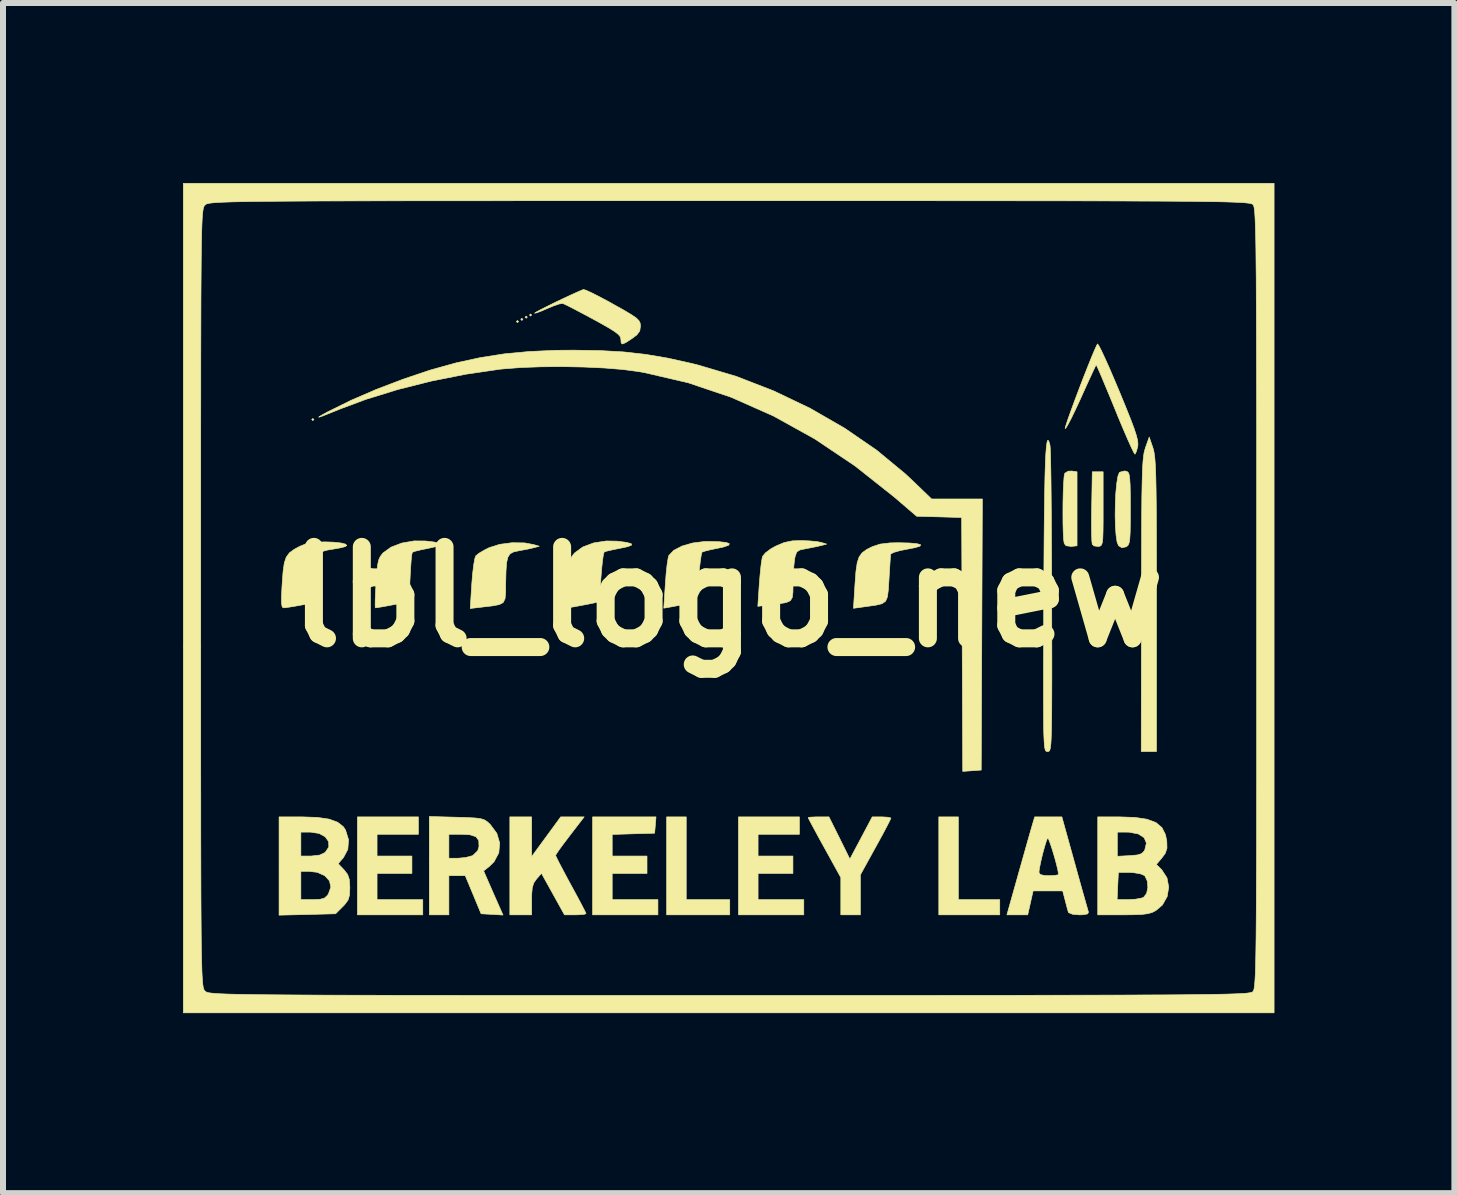
<source format=kicad_pcb>
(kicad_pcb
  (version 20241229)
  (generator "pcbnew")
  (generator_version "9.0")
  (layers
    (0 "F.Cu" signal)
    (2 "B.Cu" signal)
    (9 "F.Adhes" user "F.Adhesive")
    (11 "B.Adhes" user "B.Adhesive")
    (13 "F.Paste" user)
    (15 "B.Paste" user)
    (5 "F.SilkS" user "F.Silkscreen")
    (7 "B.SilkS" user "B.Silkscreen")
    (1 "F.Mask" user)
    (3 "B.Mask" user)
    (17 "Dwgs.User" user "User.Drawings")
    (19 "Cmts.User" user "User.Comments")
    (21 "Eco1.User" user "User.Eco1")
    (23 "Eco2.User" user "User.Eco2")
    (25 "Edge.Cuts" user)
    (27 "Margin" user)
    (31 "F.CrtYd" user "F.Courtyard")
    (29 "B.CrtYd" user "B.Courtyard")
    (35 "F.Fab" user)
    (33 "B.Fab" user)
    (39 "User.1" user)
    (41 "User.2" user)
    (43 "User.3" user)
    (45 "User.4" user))
  (footprint "lbl_logo_new"
    (layer "F.Cu")
    (at 9.076 6.899)
    (property "Reference" "lbl_logo_new" (at 0 0 0) (layer "F.SilkS") (effects (font (size 1.524 1.524) (thickness 0.3))))
    (attr smd)
    (fp_poly (pts (xy -6.894 -2.957) (xy -6.912 -2.939) (xy -6.931 -2.957) (xy -6.912 -2.975)) (stroke (width 0.01) (type solid)) (fill yes) (layer "F.SilkS"))
    (fp_poly (pts (xy -3.483 -4.59) (xy -3.502 -4.572) (xy -3.52 -4.59) (xy -3.502 -4.608)) (stroke (width 0.01) (type solid)) (fill yes) (layer "F.SilkS"))
    (fp_poly (pts (xy -3.411 -4.626) (xy -3.429 -4.608) (xy -3.447 -4.626) (xy -3.429 -4.645)) (stroke (width 0.01) (type solid)) (fill yes) (layer "F.SilkS"))
    (fp_poly (pts (xy -3.338 -4.663) (xy -3.356 -4.645) (xy -3.375 -4.663) (xy -3.356 -4.681)) (stroke (width 0.01) (type solid)) (fill yes) (layer "F.SilkS"))
    (fp_poly (pts (xy -3.266 -4.699) (xy -3.284 -4.681) (xy -3.302 -4.699) (xy -3.284 -4.717)) (stroke (width 0.01) (type solid)) (fill yes) (layer "F.SilkS"))
    (fp_poly (pts (xy -0.689 5.044) (xy 0.036 5.044) (xy 0.036 5.298) (xy -1.016 5.298) (xy -1.016 3.665) (xy -0.689 3.665)) (stroke (width 0.01) (type solid)) (fill yes) (layer "F.SilkS"))
    (fp_poly (pts (xy 3.846 5.044) (xy 4.536 5.044) (xy 4.536 5.298) (xy 3.52 5.298) (xy 3.52 3.665) (xy 3.846 3.665)) (stroke (width 0.01) (type solid)) (fill yes) (layer "F.SilkS"))
    (fp_poly (pts (xy -5.153 3.955) (xy -5.842 3.955) (xy -5.842 4.318) (xy -5.261 4.318) (xy -5.261 4.608) (xy -5.842 4.608) (xy -5.842 5.044) (xy -5.08 5.044) (xy -5.08 5.298) (xy -6.169 5.298) (xy -6.169 3.665) (xy -5.153 3.665)) (stroke (width 0.01) (type solid)) (fill yes) (layer "F.SilkS"))
    (fp_poly (pts (xy 1.197 3.955) (xy 0.508 3.955) (xy 0.508 4.318) (xy 1.089 4.318) (xy 1.089 4.608) (xy 0.508 4.608) (xy 0.508 5.044) (xy 1.27 5.044) (xy 1.27 5.298) (xy 0.181 5.298) (xy 0.181 3.665) (xy 1.197 3.665)) (stroke (width 0.01) (type solid)) (fill yes) (layer "F.SilkS"))
    (fp_poly (pts (xy -1.204 3.801) (xy -1.216 3.937) (xy -1.569 3.947) (xy -1.923 3.958) (xy -1.923 4.318) (xy -1.343 4.318) (xy -1.343 4.608) (xy -1.923 4.608) (xy -1.923 5.044) (xy -1.161 5.044) (xy -1.161 5.298) (xy -2.25 5.298) (xy -2.25 3.665) (xy -1.193 3.665)) (stroke (width 0.01) (type solid)) (fill yes) (layer "F.SilkS"))
    (fp_poly (pts (xy 5.824 -2.086) (xy 5.824 -0.853) (xy 5.729 -0.842) (xy 5.641 -0.854) (xy 5.611 -0.89) (xy 5.601 -0.952) (xy 5.594 -1.069) (xy 5.59 -1.223) (xy 5.589 -1.4) (xy 5.59 -1.584) (xy 5.594 -1.757) (xy 5.601 -1.906) (xy 5.609 -2.013) (xy 5.62 -2.062) (xy 5.676 -2.096) (xy 5.737 -2.099)) (stroke (width 0.01) (type solid)) (fill yes) (layer "F.SilkS"))
    (fp_poly (pts (xy 6.259 -1.47) (xy 6.259 -1.245) (xy 6.257 -1.083) (xy 6.253 -0.972) (xy 6.244 -0.903) (xy 6.23 -0.865) (xy 6.21 -0.848) (xy 6.181 -0.842) (xy 6.177 -0.841) (xy 6.106 -0.851) (xy 6.077 -0.879) (xy 6.071 -0.931) (xy 6.067 -1.041) (xy 6.065 -1.197) (xy 6.066 -1.385) (xy 6.068 -1.507) (xy 6.078 -2.086) (xy 6.259 -2.086)) (stroke (width 0.01) (type solid)) (fill yes) (layer "F.SilkS"))
    (fp_poly (pts (xy 1.864 4.016) (xy 2.038 4.368) (xy 2.225 4.016) (xy 2.411 3.665) (xy 2.566 3.665) (xy 2.661 3.67) (xy 2.716 3.681) (xy 2.721 3.687) (xy 2.705 3.725) (xy 2.659 3.815) (xy 2.591 3.944) (xy 2.505 4.101) (xy 2.467 4.17) (xy 2.213 4.631) (xy 2.213 5.298) (xy 1.887 5.298) (xy 1.887 4.676) (xy 1.615 4.183) (xy 1.521 4.013) (xy 1.442 3.866) (xy 1.382 3.755) (xy 1.348 3.69) (xy 1.343 3.677) (xy 1.375 3.67) (xy 1.458 3.666) (xy 1.516 3.665) (xy 1.689 3.665)) (stroke (width 0.01) (type solid)) (fill yes) (layer "F.SilkS"))
    (fp_poly (pts (xy 6.653 -2.093) (xy 6.676 -2.077) (xy 6.692 -2.04) (xy 6.702 -1.972) (xy 6.709 -1.863) (xy 6.712 -1.702) (xy 6.713 -1.48) (xy 6.713 -1.472) (xy 6.712 -1.25) (xy 6.71 -1.089) (xy 6.704 -0.979) (xy 6.694 -0.909) (xy 6.678 -0.867) (xy 6.656 -0.844) (xy 6.643 -0.836) (xy 6.57 -0.82) (xy 6.515 -0.856) (xy 6.491 -0.917) (xy 6.474 -1.032) (xy 6.463 -1.186) (xy 6.459 -1.365) (xy 6.462 -1.552) (xy 6.47 -1.731) (xy 6.485 -1.888) (xy 6.504 -2.008) (xy 6.529 -2.073) (xy 6.536 -2.079) (xy 6.615 -2.1)) (stroke (width 0.01) (type solid)) (fill yes) (layer "F.SilkS"))
    (fp_poly (pts (xy -3.383 -0.901) (xy -3.229 -0.872) (xy -3.139 -0.845) (xy -3.229 -0.821) (xy -3.323 -0.799) (xy -3.445 -0.776) (xy -3.482 -0.769) (xy -3.566 -0.751) (xy -3.624 -0.72) (xy -3.661 -0.664) (xy -3.683 -0.572) (xy -3.693 -0.431) (xy -3.698 -0.231) (xy -3.699 -0.073) (xy -3.709 0.03) (xy -3.74 0.093) (xy -3.804 0.127) (xy -3.914 0.148) (xy -4.078 0.167) (xy -4.289 0.192) (xy -4.263 -0.221) (xy -4.249 -0.391) (xy -4.231 -0.537) (xy -4.212 -0.642) (xy -4.196 -0.686) (xy -4.141 -0.73) (xy -4.045 -0.786) (xy -3.973 -0.822) (xy -3.799 -0.877) (xy -3.591 -0.904)) (stroke (width 0.01) (type solid)) (fill yes) (layer "F.SilkS"))
    (fp_poly (pts (xy -0.144 -0.921) (xy -0.024 -0.908) (xy 0.03 -0.888) (xy 0.018 -0.863) (xy -0.063 -0.834) (xy -0.159 -0.813) (xy -0.285 -0.787) (xy -0.381 -0.763) (xy -0.426 -0.747) (xy -0.427 -0.746) (xy -0.438 -0.705) (xy -0.453 -0.606) (xy -0.47 -0.466) (xy -0.486 -0.32) (xy -0.526 0.088) (xy -0.653 0.112) (xy -0.78 0.136) (xy -0.914 0.16) (xy -0.922 0.162) (xy -1.063 0.187) (xy -1.037 -0.222) (xy -1.024 -0.392) (xy -1.008 -0.54) (xy -0.991 -0.647) (xy -0.978 -0.693) (xy -0.897 -0.777) (xy -0.76 -0.848) (xy -0.585 -0.899) (xy -0.388 -0.924) (xy -0.327 -0.925)) (stroke (width 0.01) (type solid)) (fill yes) (layer "F.SilkS"))
    (fp_poly (pts (xy 7.088 -2.487) (xy 7.1 -2.446) (xy 7.11 -2.395) (xy 7.119 -2.329) (xy 7.126 -2.243) (xy 7.132 -2.13) (xy 7.137 -1.986) (xy 7.141 -1.805) (xy 7.144 -1.581) (xy 7.146 -1.31) (xy 7.147 -0.986) (xy 7.148 -0.603) (xy 7.148 -0.156) (xy 7.148 0.133) (xy 7.148 2.576) (xy 6.894 2.576) (xy 6.897 0.136) (xy 6.898 -0.348) (xy 6.899 -0.766) (xy 6.9 -1.121) (xy 6.902 -1.421) (xy 6.904 -1.67) (xy 6.908 -1.873) (xy 6.912 -2.037) (xy 6.917 -2.166) (xy 6.924 -2.267) (xy 6.932 -2.344) (xy 6.941 -2.404) (xy 6.953 -2.45) (xy 6.963 -2.485) (xy 7.027 -2.665)) (stroke (width 0.01) (type solid)) (fill yes) (layer "F.SilkS"))
    (fp_poly (pts (xy 3.037 -0.899) (xy 3.161 -0.887) (xy 3.218 -0.87) (xy 3.207 -0.847) (xy 3.126 -0.822) (xy 3.003 -0.798) (xy 2.87 -0.772) (xy 2.77 -0.743) (xy 2.72 -0.717) (xy 2.717 -0.712) (xy 2.713 -0.66) (xy 2.706 -0.554) (xy 2.697 -0.409) (xy 2.69 -0.293) (xy 2.679 -0.118) (xy 2.664 -0.001) (xy 2.633 0.071) (xy 2.572 0.113) (xy 2.47 0.137) (xy 2.315 0.159) (xy 2.285 0.163) (xy 2.098 0.189) (xy 2.124 -0.223) (xy 2.139 -0.425) (xy 2.16 -0.569) (xy 2.193 -0.669) (xy 2.245 -0.739) (xy 2.323 -0.794) (xy 2.413 -0.839) (xy 2.541 -0.881) (xy 2.707 -0.901) (xy 2.848 -0.904)) (stroke (width 0.01) (type solid)) (fill yes) (layer "F.SilkS"))
    (fp_poly (pts (xy -3.266 4.327) (xy -3.023 3.996) (xy -2.781 3.665) (xy -2.39 3.665) (xy -2.628 3.974) (xy -2.725 4.102) (xy -2.804 4.209) (xy -2.853 4.282) (xy -2.867 4.307) (xy -2.85 4.345) (xy -2.805 4.435) (xy -2.736 4.565) (xy -2.652 4.723) (xy -2.613 4.795) (xy -2.523 4.96) (xy -2.447 5.102) (xy -2.391 5.21) (xy -2.362 5.27) (xy -2.359 5.278) (xy -2.391 5.289) (xy -2.475 5.296) (xy -2.538 5.298) (xy -2.718 5.298) (xy -2.91 4.952) (xy -3.102 4.606) (xy -3.184 4.7) (xy -3.23 4.765) (xy -3.255 4.844) (xy -3.265 4.96) (xy -3.266 5.046) (xy -3.266 5.298) (xy -3.629 5.298) (xy -3.629 3.665) (xy -3.266 3.665)) (stroke (width 0.01) (type solid)) (fill yes) (layer "F.SilkS"))
    (fp_poly (pts (xy 1.371 -0.934) (xy 1.493 -0.922) (xy 1.56 -0.909) (xy 1.651 -0.881) (xy 1.56 -0.857) (xy 1.467 -0.836) (xy 1.345 -0.812) (xy 1.307 -0.805) (xy 1.206 -0.784) (xy 1.154 -0.751) (xy 1.128 -0.684) (xy 1.118 -0.634) (xy 1.105 -0.524) (xy 1.095 -0.374) (xy 1.091 -0.216) (xy 1.091 -0.213) (xy 1.089 -0.079) (xy 1.078 0.009) (xy 1.046 0.062) (xy 0.978 0.093) (xy 0.863 0.113) (xy 0.713 0.131) (xy 0.504 0.156) (xy 0.529 -0.222) (xy 0.543 -0.388) (xy 0.558 -0.533) (xy 0.574 -0.638) (xy 0.583 -0.676) (xy 0.63 -0.734) (xy 0.721 -0.802) (xy 0.803 -0.848) (xy 0.943 -0.907) (xy 1.079 -0.935) (xy 1.232 -0.94)) (stroke (width 0.01) (type solid)) (fill yes) (layer "F.SilkS"))
    (fp_poly (pts (xy -6.709 -0.918) (xy -6.567 -0.913) (xy -6.446 -0.9) (xy -6.372 -0.882) (xy -6.368 -0.88) (xy -6.346 -0.859) (xy -6.373 -0.839) (xy -6.456 -0.818) (xy -6.558 -0.8) (xy -6.671 -0.781) (xy -6.75 -0.759) (xy -6.802 -0.723) (xy -6.834 -0.661) (xy -6.853 -0.56) (xy -6.867 -0.409) (xy -6.878 -0.25) (xy -6.903 0.098) (xy -7.13 0.14) (xy -7.256 0.162) (xy -7.356 0.177) (xy -7.403 0.181) (xy -7.423 0.166) (xy -7.433 0.113) (xy -7.435 0.013) (xy -7.428 -0.145) (xy -7.423 -0.227) (xy -7.408 -0.425) (xy -7.388 -0.566) (xy -7.355 -0.664) (xy -7.303 -0.735) (xy -7.224 -0.793) (xy -7.13 -0.844) (xy -7.019 -0.889) (xy -6.887 -0.912) (xy -6.71 -0.918)) (stroke (width 0.01) (type solid)) (fill yes) (layer "F.SilkS"))
    (fp_poly (pts (xy -5.04 -0.933) (xy -4.885 -0.915) (xy -4.802 -0.893) (xy -4.791 -0.868) (xy -4.853 -0.841) (xy -4.986 -0.811) (xy -5.112 -0.785) (xy -5.208 -0.762) (xy -5.254 -0.745) (xy -5.254 -0.745) (xy -5.264 -0.703) (xy -5.274 -0.604) (xy -5.284 -0.463) (xy -5.291 -0.327) (xy -5.3 -0.147) (xy -5.311 -0.027) (xy -5.327 0.044) (xy -5.349 0.079) (xy -5.366 0.088) (xy -5.424 0.101) (xy -5.525 0.121) (xy -5.645 0.144) (xy -5.758 0.164) (xy -5.842 0.178) (xy -5.87 0.181) (xy -5.874 0.148) (xy -5.873 0.056) (xy -5.867 -0.079) (xy -5.859 -0.227) (xy -5.847 -0.408) (xy -5.833 -0.532) (xy -5.815 -0.616) (xy -5.788 -0.675) (xy -5.749 -0.726) (xy -5.739 -0.736) (xy -5.609 -0.83) (xy -5.431 -0.898) (xy -5.226 -0.934)) (stroke (width 0.01) (type solid)) (fill yes) (layer "F.SilkS"))
    (fp_poly (pts (xy -4.52 3.671) (xy -4.331 3.677) (xy -4.201 3.684) (xy -4.113 3.696) (xy -4.053 3.715) (xy -4.005 3.746) (xy -3.957 3.79) (xy -3.846 3.939) (xy -3.798 4.102) (xy -3.813 4.264) (xy -3.891 4.412) (xy -3.97 4.49) (xy -4.066 4.566) (xy -3.905 4.934) (xy -3.743 5.301) (xy -3.925 5.29) (xy -4.108 5.28) (xy -4.24 4.962) (xy -4.372 4.645) (xy -4.508 4.645) (xy -4.645 4.645) (xy -4.645 5.298) (xy -4.971 5.298) (xy -4.971 3.955) (xy -4.645 3.955) (xy -4.645 4.354) (xy -4.49 4.354) (xy -4.369 4.343) (xy -4.263 4.315) (xy -4.245 4.308) (xy -4.164 4.229) (xy -4.143 4.161) (xy -4.147 4.059) (xy -4.195 3.995) (xy -4.295 3.963) (xy -4.431 3.955) (xy -4.645 3.955) (xy -4.971 3.955) (xy -4.971 3.659)) (stroke (width 0.01) (type solid)) (fill yes) (layer "F.SilkS"))
    (fp_poly (pts (xy -1.841 -0.93) (xy -1.688 -0.91) (xy -1.607 -0.889) (xy -1.599 -0.865) (xy -1.662 -0.839) (xy -1.793 -0.811) (xy -1.918 -0.786) (xy -2.013 -0.764) (xy -2.057 -0.749) (xy -2.057 -0.749) (xy -2.07 -0.705) (xy -2.084 -0.607) (xy -2.098 -0.476) (xy -2.11 -0.33) (xy -2.119 -0.189) (xy -2.124 -0.072) (xy -2.122 0.002) (xy -2.119 0.014) (xy -2.131 0.066) (xy -2.165 0.085) (xy -2.227 0.1) (xy -2.33 0.121) (xy -2.452 0.144) (xy -2.566 0.165) (xy -2.65 0.178) (xy -2.678 0.181) (xy -2.682 0.148) (xy -2.681 0.056) (xy -2.676 -0.079) (xy -2.667 -0.227) (xy -2.655 -0.408) (xy -2.641 -0.532) (xy -2.623 -0.616) (xy -2.596 -0.675) (xy -2.557 -0.725) (xy -2.546 -0.736) (xy -2.413 -0.833) (xy -2.231 -0.901) (xy -2.022 -0.933)) (stroke (width 0.01) (type solid)) (fill yes) (layer "F.SilkS"))
    (fp_poly (pts (xy -2.357 -5.111) (xy -2.263 -5.068) (xy -2.131 -5.001) (xy -1.972 -4.916) (xy -1.908 -4.88) (xy -1.729 -4.78) (xy -1.605 -4.706) (xy -1.524 -4.651) (xy -1.479 -4.607) (xy -1.458 -4.567) (xy -1.452 -4.522) (xy -1.452 -4.513) (xy -1.464 -4.432) (xy -1.513 -4.367) (xy -1.596 -4.305) (xy -1.696 -4.24) (xy -1.751 -4.216) (xy -1.773 -4.231) (xy -1.778 -4.285) (xy -1.778 -4.295) (xy -1.787 -4.334) (xy -1.82 -4.375) (xy -1.886 -4.426) (xy -1.994 -4.493) (xy -2.154 -4.583) (xy -2.24 -4.63) (xy -2.408 -4.72) (xy -2.556 -4.798) (xy -2.669 -4.856) (xy -2.737 -4.888) (xy -2.748 -4.892) (xy -2.803 -4.884) (xy -2.901 -4.851) (xy -2.999 -4.81) (xy -3.108 -4.763) (xy -3.187 -4.734) (xy -3.217 -4.729) (xy -3.191 -4.748) (xy -3.114 -4.789) (xy -3.001 -4.846) (xy -2.866 -4.913) (xy -2.725 -4.98) (xy -2.592 -5.042) (xy -2.483 -5.091) (xy -2.412 -5.121) (xy -2.401 -5.124)) (stroke (width 0.01) (type solid)) (fill yes) (layer "F.SilkS"))
    (fp_poly (pts (xy 6.185 -4.193) (xy 6.228 -4.11) (xy 6.29 -3.977) (xy 6.368 -3.804) (xy 6.456 -3.598) (xy 6.524 -3.437) (xy 6.633 -3.172) (xy 6.716 -2.965) (xy 6.775 -2.808) (xy 6.813 -2.691) (xy 6.834 -2.607) (xy 6.839 -2.546) (xy 6.836 -2.511) (xy 6.814 -2.427) (xy 6.791 -2.381) (xy 6.79 -2.38) (xy 6.77 -2.408) (xy 6.728 -2.494) (xy 6.667 -2.629) (xy 6.592 -2.803) (xy 6.506 -3.008) (xy 6.46 -3.122) (xy 6.371 -3.339) (xy 6.291 -3.53) (xy 6.225 -3.688) (xy 6.176 -3.801) (xy 6.148 -3.861) (xy 6.143 -3.869) (xy 6.125 -3.834) (xy 6.083 -3.745) (xy 6.021 -3.611) (xy 5.945 -3.444) (xy 5.88 -3.299) (xy 5.797 -3.121) (xy 5.726 -2.974) (xy 5.67 -2.868) (xy 5.635 -2.811) (xy 5.625 -2.808) (xy 5.638 -2.859) (xy 5.673 -2.964) (xy 5.725 -3.11) (xy 5.789 -3.285) (xy 5.861 -3.475) (xy 5.935 -3.668) (xy 6.007 -3.85) (xy 6.071 -4.009) (xy 6.123 -4.131) (xy 6.157 -4.204) (xy 6.165 -4.217)) (stroke (width 0.01) (type solid)) (fill yes) (layer "F.SilkS"))
    (fp_poly (pts (xy 5.785 4.436) (xy 5.848 4.663) (xy 5.905 4.868) (xy 5.954 5.04) (xy 5.99 5.167) (xy 6.011 5.241) (xy 6.015 5.252) (xy 6.001 5.282) (xy 5.926 5.296) (xy 5.863 5.298) (xy 5.749 5.288) (xy 5.686 5.262) (xy 5.679 5.252) (xy 5.661 5.191) (xy 5.635 5.091) (xy 5.625 5.053) (xy 5.585 4.899) (xy 5.092 4.899) (xy 5.002 5.298) (xy 4.655 5.298) (xy 4.826 4.69) (xy 4.854 4.589) (xy 5.189 4.589) (xy 5.209 4.625) (xy 5.277 4.642) (xy 5.352 4.645) (xy 5.45 4.641) (xy 5.508 4.631) (xy 5.515 4.625) (xy 5.506 4.561) (xy 5.482 4.458) (xy 5.449 4.336) (xy 5.412 4.213) (xy 5.377 4.107) (xy 5.349 4.035) (xy 5.334 4.016) (xy 5.313 4.065) (xy 5.283 4.163) (xy 5.249 4.286) (xy 5.219 4.414) (xy 5.197 4.523) (xy 5.189 4.589) (xy 4.854 4.589) (xy 4.887 4.473) (xy 4.946 4.264) (xy 4.998 4.079) (xy 5.039 3.936) (xy 5.057 3.873) (xy 5.118 3.665) (xy 5.571 3.665)) (stroke (width 0.01) (type solid)) (fill yes) (layer "F.SilkS"))
    (fp_poly (pts (xy -6.836 3.674) (xy -6.639 3.703) (xy -6.498 3.755) (xy -6.402 3.831) (xy -6.367 3.885) (xy -6.317 4.047) (xy -6.329 4.206) (xy -6.401 4.342) (xy -6.402 4.343) (xy -6.49 4.445) (xy -6.393 4.547) (xy -6.333 4.624) (xy -6.304 4.709) (xy -6.296 4.834) (xy -6.296 4.846) (xy -6.301 4.97) (xy -6.326 5.053) (xy -6.383 5.129) (xy -6.414 5.161) (xy -6.533 5.28) (xy -7.004 5.292) (xy -7.475 5.303) (xy -7.475 5.044) (xy -7.112 5.044) (xy -6.913 5.044) (xy -6.793 5.039) (xy -6.721 5.02) (xy -6.672 4.977) (xy -6.653 4.95) (xy -6.612 4.836) (xy -6.635 4.731) (xy -6.714 4.645) (xy -6.839 4.589) (xy -6.976 4.573) (xy -7.112 4.572) (xy -7.112 5.044) (xy -7.475 5.044) (xy -7.475 3.919) (xy -7.112 3.919) (xy -7.112 4.318) (xy -6.942 4.318) (xy -6.8 4.302) (xy -6.707 4.258) (xy -6.646 4.168) (xy -6.649 4.077) (xy -6.706 3.997) (xy -6.809 3.941) (xy -6.948 3.919) (xy -7.112 3.919) (xy -7.475 3.919) (xy -7.475 3.665) (xy -7.095 3.665)) (stroke (width 0.01) (type solid)) (fill yes) (layer "F.SilkS"))
    (fp_poly (pts (xy 5.352 -2.6) (xy 5.368 -2.549) (xy 5.374 -2.522) (xy 5.378 -2.468) (xy 5.382 -2.348) (xy 5.386 -2.167) (xy 5.39 -1.933) (xy 5.393 -1.65) (xy 5.396 -1.327) (xy 5.398 -0.967) (xy 5.4 -0.579) (xy 5.402 -0.168) (xy 5.402 0.082) (xy 5.403 0.567) (xy 5.404 0.985) (xy 5.404 1.341) (xy 5.403 1.639) (xy 5.402 1.885) (xy 5.4 2.084) (xy 5.397 2.24) (xy 5.393 2.359) (xy 5.388 2.447) (xy 5.381 2.506) (xy 5.373 2.544) (xy 5.363 2.565) (xy 5.351 2.574) (xy 5.337 2.576) (xy 5.333 2.576) (xy 5.319 2.575) (xy 5.306 2.569) (xy 5.296 2.553) (xy 5.287 2.521) (xy 5.28 2.469) (xy 5.275 2.392) (xy 5.27 2.284) (xy 5.267 2.141) (xy 5.266 1.958) (xy 5.265 1.73) (xy 5.265 1.451) (xy 5.265 1.116) (xy 5.267 0.721) (xy 5.268 0.261) (xy 5.269 0.045) (xy 5.272 -0.495) (xy 5.275 -0.967) (xy 5.279 -1.372) (xy 5.284 -1.713) (xy 5.289 -1.995) (xy 5.296 -2.22) (xy 5.304 -2.391) (xy 5.314 -2.511) (xy 5.325 -2.584) (xy 5.337 -2.613)) (stroke (width 0.01) (type solid)) (fill yes) (layer "F.SilkS"))
    (fp_poly (pts (xy 6.522 3.665) (xy 6.788 3.674) (xy 6.992 3.705) (xy 7.139 3.76) (xy 7.239 3.844) (xy 7.298 3.961) (xy 7.32 4.072) (xy 7.323 4.188) (xy 7.294 4.273) (xy 7.242 4.344) (xy 7.146 4.458) (xy 7.236 4.547) (xy 7.323 4.681) (xy 7.352 4.836) (xy 7.326 4.993) (xy 7.247 5.133) (xy 7.141 5.224) (xy 7.078 5.257) (xy 7.004 5.278) (xy 6.904 5.291) (xy 6.76 5.296) (xy 6.595 5.298) (xy 6.169 5.298) (xy 6.169 5.044) (xy 6.492 5.044) (xy 6.677 5.044) (xy 6.799 5.037) (xy 6.9 5.018) (xy 6.933 5.006) (xy 6.983 4.943) (xy 7.004 4.844) (xy 6.996 4.737) (xy 6.957 4.653) (xy 6.945 4.641) (xy 6.876 4.613) (xy 6.766 4.595) (xy 6.7 4.591) (xy 6.513 4.59) (xy 6.502 4.817) (xy 6.492 5.044) (xy 6.169 5.044) (xy 6.169 3.919) (xy 6.495 3.919) (xy 6.495 4.322) (xy 6.703 4.311) (xy 6.827 4.3) (xy 6.899 4.278) (xy 6.941 4.237) (xy 6.953 4.215) (xy 6.98 4.101) (xy 6.942 4.011) (xy 6.844 3.949) (xy 6.691 3.92) (xy 6.639 3.919) (xy 6.495 3.919) (xy 6.169 3.919) (xy 6.169 3.665)) (stroke (width 0.01) (type solid)) (fill yes) (layer "F.SilkS"))
    (fp_poly (pts (xy -2.121 -4.106) (xy -1.732 -4.084) (xy -1.366 -4.043) (xy -0.999 -3.981) (xy -0.608 -3.894) (xy -0.49 -3.865) (xy 0.143 -3.677) (xy 0.769 -3.434) (xy 1.376 -3.144) (xy 1.952 -2.812) (xy 2.486 -2.445) (xy 2.965 -2.049) (xy 3.085 -1.936) (xy 3.4 -1.633) (xy 4.246 -1.633) (xy 4.227 2.885) (xy 3.919 2.907) (xy 3.91 0.791) (xy 3.901 -1.324) (xy 3.526 -1.335) (xy 3.151 -1.345) (xy 2.782 -1.662) (xy 2.126 -2.182) (xy 1.453 -2.634) (xy 0.764 -3.016) (xy 0.06 -3.328) (xy -0.658 -3.57) (xy -1.389 -3.74) (xy -1.488 -3.757) (xy -1.743 -3.791) (xy -2.051 -3.816) (xy -2.394 -3.832) (xy -2.753 -3.839) (xy -3.11 -3.836) (xy -3.444 -3.824) (xy -3.739 -3.801) (xy -3.792 -3.796) (xy -4.358 -3.713) (xy -4.933 -3.599) (xy -5.497 -3.457) (xy -6.028 -3.293) (xy -6.45 -3.136) (xy -6.633 -3.062) (xy -6.752 -3.015) (xy -6.811 -2.995) (xy -6.813 -3.001) (xy -6.761 -3.032) (xy -6.659 -3.088) (xy -6.658 -3.088) (xy -6.278 -3.276) (xy -5.85 -3.461) (xy -5.4 -3.632) (xy -4.954 -3.782) (xy -4.536 -3.898) (xy -4.518 -3.903) (xy -4.116 -3.99) (xy -3.719 -4.052) (xy -3.304 -4.091) (xy -2.852 -4.111) (xy -2.558 -4.113)) (stroke (width 0.01) (type solid)) (fill yes) (layer "F.SilkS"))
    (fp_poly (pts (xy 9.108 6.931) (xy -9.071 6.931) (xy -9.071 0.018) (xy -8.781 0.018) (xy -8.781 0.822) (xy -8.781 1.557) (xy -8.781 2.225) (xy -8.781 2.83) (xy -8.78 3.376) (xy -8.78 3.864) (xy -8.779 4.3) (xy -8.778 4.684) (xy -8.777 5.022) (xy -8.775 5.316) (xy -8.773 5.568) (xy -8.771 5.783) (xy -8.768 5.964) (xy -8.764 6.113) (xy -8.761 6.234) (xy -8.756 6.33) (xy -8.751 6.404) (xy -8.746 6.459) (xy -8.74 6.499) (xy -8.733 6.527) (xy -8.726 6.546) (xy -8.717 6.558) (xy -8.709 6.568) (xy -8.7 6.576) (xy -8.689 6.583) (xy -8.673 6.589) (xy -8.648 6.596) (xy -8.613 6.601) (xy -8.565 6.606) (xy -8.5 6.611) (xy -8.416 6.615) (xy -8.311 6.619) (xy -8.181 6.622) (xy -8.024 6.625) (xy -7.838 6.628) (xy -7.618 6.63) (xy -7.363 6.632) (xy -7.07 6.634) (xy -6.737 6.636) (xy -6.359 6.637) (xy -5.936 6.638) (xy -5.463 6.639) (xy -4.939 6.639) (xy -4.36 6.64) (xy -3.724 6.64) (xy -3.028 6.64) (xy -2.269 6.64) (xy -1.445 6.64) (xy -0.553 6.64) (xy 0.024 6.64) (xy 0.963 6.64) (xy 1.832 6.64) (xy 2.634 6.64) (xy 3.371 6.64) (xy 4.046 6.639) (xy 4.663 6.639) (xy 5.223 6.638) (xy 5.729 6.637) (xy 6.185 6.636) (xy 6.592 6.635) (xy 6.954 6.633) (xy 7.273 6.632) (xy 7.551 6.63) (xy 7.793 6.627) (xy 8 6.625) (xy 8.174 6.622) (xy 8.32 6.619) (xy 8.439 6.615) (xy 8.534 6.611) (xy 8.607 6.607) (xy 8.663 6.602) (xy 8.702 6.596) (xy 8.729 6.591) (xy 8.745 6.585) (xy 8.751 6.58) (xy 8.759 6.571) (xy 8.767 6.556) (xy 8.774 6.532) (xy 8.78 6.497) (xy 8.785 6.446) (xy 8.79 6.378) (xy 8.795 6.288) (xy 8.799 6.174) (xy 8.802 6.032) (xy 8.805 5.86) (xy 8.808 5.653) (xy 8.81 5.41) (xy 8.812 5.126) (xy 8.813 4.799) (xy 8.815 4.426) (xy 8.816 4.003) (xy 8.816 3.527) (xy 8.817 2.995) (xy 8.817 2.404) (xy 8.817 1.751) (xy 8.817 1.032) (xy 8.817 0.245) (xy 8.817 0.024) (xy 8.817 -0.784) (xy 8.817 -1.523) (xy 8.817 -2.196) (xy 8.817 -2.805) (xy 8.816 -3.355) (xy 8.815 -3.848) (xy 8.814 -4.286) (xy 8.813 -4.674) (xy 8.811 -5.015) (xy 8.81 -5.311) (xy 8.807 -5.566) (xy 8.805 -5.783) (xy 8.802 -5.965) (xy 8.798 -6.115) (xy 8.794 -6.236) (xy 8.79 -6.332) (xy 8.785 -6.405) (xy 8.78 -6.458) (xy 8.774 -6.496) (xy 8.767 -6.52) (xy 8.76 -6.535) (xy 8.757 -6.538) (xy 8.749 -6.545) (xy 8.736 -6.551) (xy 8.714 -6.558) (xy 8.683 -6.563) (xy 8.637 -6.568) (xy 8.576 -6.573) (xy 8.497 -6.577) (xy 8.396 -6.581) (xy 8.27 -6.585) (xy 8.118 -6.588) (xy 7.936 -6.59) (xy 7.722 -6.593) (xy 7.473 -6.595) (xy 7.186 -6.597) (xy 6.858 -6.598) (xy 6.488 -6.6) (xy 6.071 -6.601) (xy 5.606 -6.602) (xy 5.089 -6.602) (xy 4.518 -6.603) (xy 3.89 -6.603) (xy 3.203 -6.604) (xy 2.453 -6.604) (xy 1.639 -6.604) (xy 0.756 -6.604) (xy 0.031 -6.604) (xy -0.905 -6.604) (xy -1.771 -6.604) (xy -2.569 -6.604) (xy -3.303 -6.604) (xy -3.976 -6.603) (xy -4.59 -6.603) (xy -5.147 -6.603) (xy -5.651 -6.602) (xy -6.104 -6.601) (xy -6.51 -6.6) (xy -6.87 -6.599) (xy -7.188 -6.597) (xy -7.466 -6.595) (xy -7.706 -6.593) (xy -7.913 -6.591) (xy -8.088 -6.588) (xy -8.234 -6.585) (xy -8.354 -6.581) (xy -8.451 -6.577) (xy -8.527 -6.573) (xy -8.585 -6.568) (xy -8.628 -6.563) (xy -8.659 -6.557) (xy -8.68 -6.551) (xy -8.694 -6.544) (xy -8.703 -6.536) (xy -8.709 -6.531) (xy -8.718 -6.522) (xy -8.726 -6.509) (xy -8.733 -6.49) (xy -8.74 -6.462) (xy -8.746 -6.422) (xy -8.752 -6.366) (xy -8.757 -6.291) (xy -8.761 -6.194) (xy -8.765 -6.072) (xy -8.768 -5.922) (xy -8.771 -5.74) (xy -8.773 -5.524) (xy -8.775 -5.27) (xy -8.777 -4.975) (xy -8.778 -4.636) (xy -8.779 -4.25) (xy -8.78 -3.813) (xy -8.78 -3.322) (xy -8.781 -2.775) (xy -8.781 -2.167) (xy -8.781 -1.497) (xy -8.781 -0.76) (xy -8.781 0.018) (xy -9.071 0.018) (xy -9.071 -6.894) (xy 9.108 -6.894)) (stroke (width 0.01) (type solid)) (fill yes) (layer "F.SilkS")))
  (gr_rect
    (start -3 -3)
    (end 21.189 16.835)
    (stroke (width 0.1) (type default))
    (fill no)
    (layer "Edge.Cuts")))
</source>
